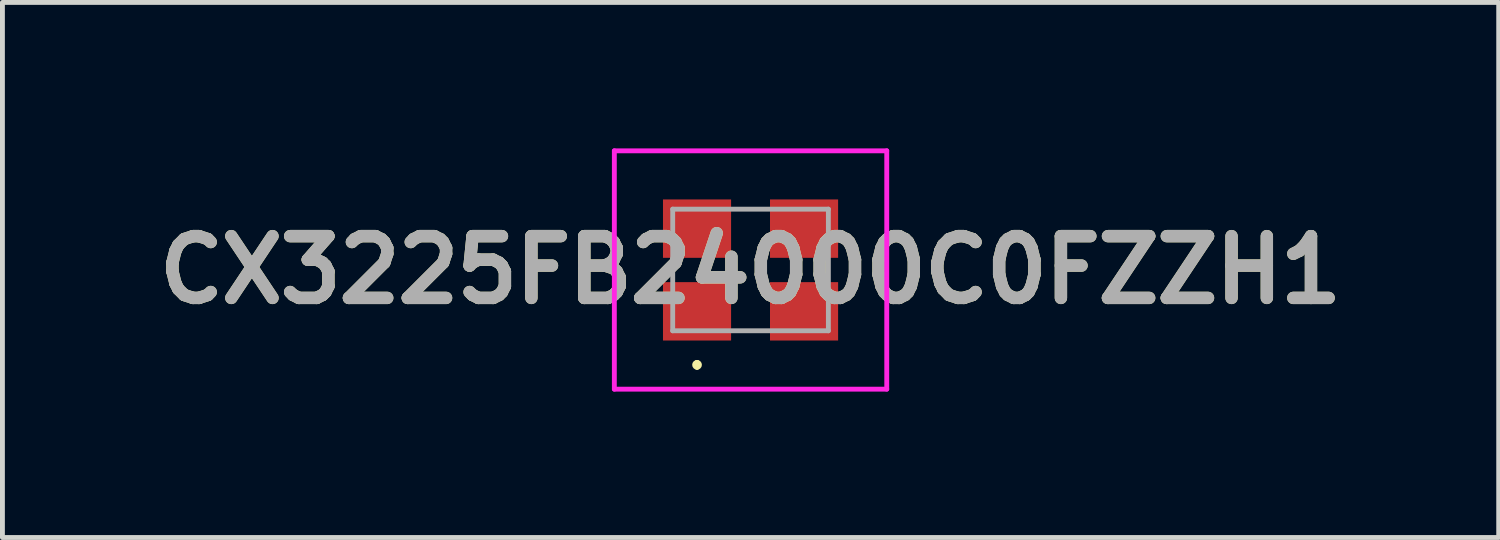
<source format=kicad_pcb>
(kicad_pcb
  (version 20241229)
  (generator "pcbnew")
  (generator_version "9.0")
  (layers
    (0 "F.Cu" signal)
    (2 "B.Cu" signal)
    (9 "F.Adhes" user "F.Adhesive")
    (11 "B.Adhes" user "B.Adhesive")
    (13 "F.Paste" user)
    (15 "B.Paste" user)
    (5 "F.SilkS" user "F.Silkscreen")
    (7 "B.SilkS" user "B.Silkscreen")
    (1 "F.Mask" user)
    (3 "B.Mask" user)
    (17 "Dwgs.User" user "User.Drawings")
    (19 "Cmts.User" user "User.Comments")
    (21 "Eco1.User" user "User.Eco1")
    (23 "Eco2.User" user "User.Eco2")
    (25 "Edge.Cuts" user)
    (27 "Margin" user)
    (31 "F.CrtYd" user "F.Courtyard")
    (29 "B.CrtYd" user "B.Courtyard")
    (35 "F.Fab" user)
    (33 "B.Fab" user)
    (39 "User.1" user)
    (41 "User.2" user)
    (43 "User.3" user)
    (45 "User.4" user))
  (footprint "CX3225FB24000C0FZZH1"
    (layer "F.Cu")
    (at 12.379 2.5)
    (property "Reference" "CX3225FB24000C0FZZH1" (at 0 0 0) (layer "F.SilkS") (effects (font (size 1.27 1.27) (thickness 0.254))))
    (attr smd)
    (fp_line (start -1.1 1.9) (end -1.1 1.9) (stroke (width 0.1) (type solid)) (layer "F.SilkS"))
    (fp_line (start -1.1 2) (end -1.1 2) (stroke (width 0.1) (type solid)) (layer "F.SilkS"))
    (fp_arc (start -1.1 1.9) (mid -1.05 1.95) (end -1.1 2) (stroke (width 0.1) (type solid)) (layer "F.SilkS"))
    (fp_arc (start -1.1 2) (mid -1.15 1.95) (end -1.1 1.9) (stroke (width 0.1) (type solid)) (layer "F.SilkS"))
    (fp_line (start -2.8 -2.45) (end 2.8 -2.45) (stroke (width 0.1) (type solid)) (layer "F.CrtYd"))
    (fp_line (start -2.8 2.45) (end -2.8 -2.45) (stroke (width 0.1) (type solid)) (layer "F.CrtYd"))
    (fp_line (start 2.8 -2.45) (end 2.8 2.45) (stroke (width 0.1) (type solid)) (layer "F.CrtYd"))
    (fp_line (start 2.8 2.45) (end -2.8 2.45) (stroke (width 0.1) (type solid)) (layer "F.CrtYd"))
    (fp_line (start -1.6 -1.25) (end 1.6 -1.25) (stroke (width 0.1) (type solid)) (layer "F.Fab"))
    (fp_line (start -1.6 1.25) (end -1.6 -1.25) (stroke (width 0.1) (type solid)) (layer "F.Fab"))
    (fp_line (start 1.6 -1.25) (end 1.6 1.25) (stroke (width 0.1) (type solid)) (layer "F.Fab"))
    (fp_line (start 1.6 1.25) (end -1.6 1.25) (stroke (width 0.1) (type solid)) (layer "F.Fab"))
    (fp_text user "${REFERENCE}" (at 0 0 0) (layer "F.Fab") (effects (font (size 1.27 1.27) (thickness 0.254))))
    (pad "1" smd rect (at -1.1 0.85 90) (size 1.2 1.4) (layers "F.Cu" "F.Mask" "F.Paste"))
    (pad "2" smd rect (at 1.1 0.85 90) (size 1.2 1.4) (layers "F.Cu" "F.Mask" "F.Paste"))
    (pad "3" smd rect (at 1.1 -0.85 90) (size 1.2 1.4) (layers "F.Cu" "F.Mask" "F.Paste"))
    (pad "4" smd rect (at -1.1 -0.85 90) (size 1.2 1.4) (layers "F.Cu" "F.Mask" "F.Paste")))
  (gr_rect
    (start -3 -3)
    (end 27.759 8)
    (stroke (width 0.1) (type default))
    (fill no)
    (layer "Edge.Cuts")))
</source>
